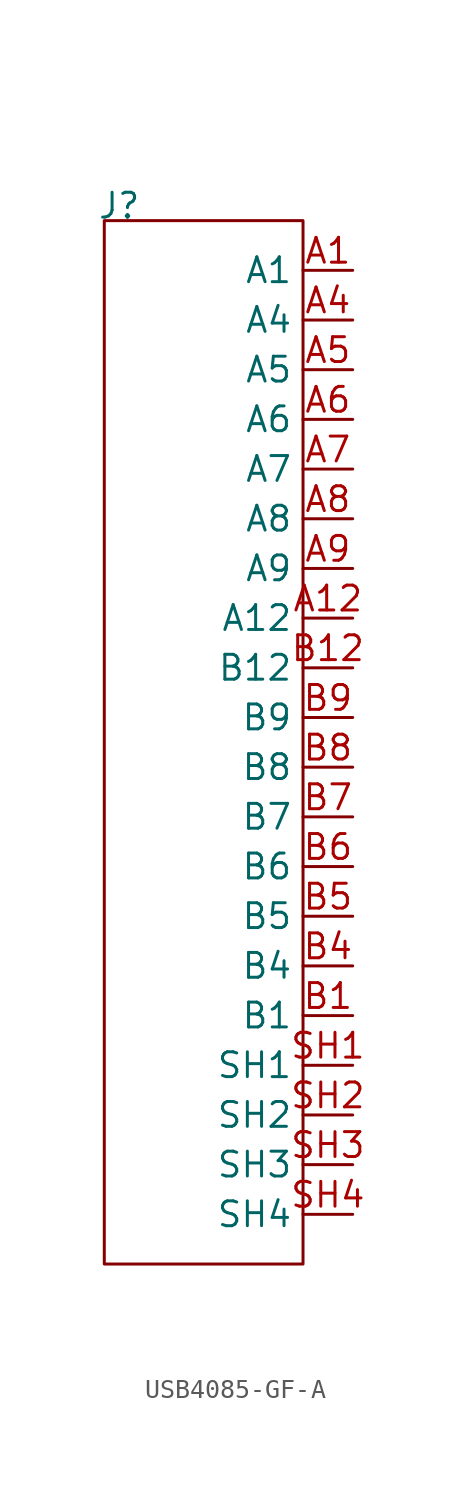
<source format=kicad_sym>
(kicad_symbol_lib
  (version 20241209)
  (generator "kicad_symbol_editor")
  (generator_version "9.0")
  (symbol "USB4085-GF-A"
    (property "Reference" "J"
      (at -9.398 27.432 0)
      (effects (font (size 1.27 1.27))))
    (property "Value" ""
      (at 0 0 0)
      (effects (font (size 1.27 1.27))))
    (symbol "USB4085-GF-A_0_1"
      (rectangle (start 0 26.67) (end -10.16 -26.67) (stroke (width 0) (type default)) (fill (type none))))
    (symbol "USB4085-GF-A_1_1"
      (pin passive line (at 2.54 24.13 180) (length 2.54) (name "A1" (effects (font (size 1.27 1.27)))) (number "A1" (effects (font (size 1.27 1.27)))))
      (pin passive line (at 2.54 21.59 180) (length 2.54) (name "A4" (effects (font (size 1.27 1.27)))) (number "A4" (effects (font (size 1.27 1.27)))))
      (pin passive line (at 2.54 19.05 180) (length 2.54) (name "A5" (effects (font (size 1.27 1.27)))) (number "A5" (effects (font (size 1.27 1.27)))))
      (pin passive line (at 2.54 16.51 180) (length 2.54) (name "A6" (effects (font (size 1.27 1.27)))) (number "A6" (effects (font (size 1.27 1.27)))))
      (pin passive line (at 2.54 13.97 180) (length 2.54) (name "A7" (effects (font (size 1.27 1.27)))) (number "A7" (effects (font (size 1.27 1.27)))))
      (pin passive line (at 2.54 11.43 180) (length 2.54) (name "A8" (effects (font (size 1.27 1.27)))) (number "A8" (effects (font (size 1.27 1.27)))))
      (pin passive line (at 2.54 8.89 180) (length 2.54) (name "A9" (effects (font (size 1.27 1.27)))) (number "A9" (effects (font (size 1.27 1.27)))))
      (pin passive line (at 2.54 6.35 180) (length 2.54) (name "A12" (effects (font (size 1.27 1.27)))) (number "A12" (effects (font (size 1.27 1.27)))))
      (pin passive line (at 2.54 3.81 180) (length 2.54) (name "B12" (effects (font (size 1.27 1.27)))) (number "B12" (effects (font (size 1.27 1.27)))))
      (pin passive line (at 2.54 1.27 180) (length 2.54) (name "B9" (effects (font (size 1.27 1.27)))) (number "B9" (effects (font (size 1.27 1.27)))))
      (pin passive line (at 2.54 -1.27 180) (length 2.54) (name "B8" (effects (font (size 1.27 1.27)))) (number "B8" (effects (font (size 1.27 1.27)))))
      (pin passive line (at 2.54 -3.81 180) (length 2.54) (name "B7" (effects (font (size 1.27 1.27)))) (number "B7" (effects (font (size 1.27 1.27)))))
      (pin passive line (at 2.54 -6.35 180) (length 2.54) (name "B6" (effects (font (size 1.27 1.27)))) (number "B6" (effects (font (size 1.27 1.27)))))
      (pin passive line (at 2.54 -8.89 180) (length 2.54) (name "B5" (effects (font (size 1.27 1.27)))) (number "B5" (effects (font (size 1.27 1.27)))))
      (pin passive line (at 2.54 -11.43 180) (length 2.54) (name "B4" (effects (font (size 1.27 1.27)))) (number "B4" (effects (font (size 1.27 1.27)))))
      (pin passive line (at 2.54 -13.97 180) (length 2.54) (name "B1" (effects (font (size 1.27 1.27)))) (number "B1" (effects (font (size 1.27 1.27)))))
      (pin passive line (at 2.54 -16.51 180) (length 2.54) (name "SH1" (effects (font (size 1.27 1.27)))) (number "SH1" (effects (font (size 1.27 1.27)))))
      (pin passive line (at 2.54 -19.05 180) (length 2.54) (name "SH2" (effects (font (size 1.27 1.27)))) (number "SH2" (effects (font (size 1.27 1.27)))))
      (pin passive line (at 2.54 -21.59 180) (length 2.54) (name "SH3" (effects (font (size 1.27 1.27)))) (number "SH3" (effects (font (size 1.27 1.27)))))
      (pin passive line (at 2.54 -24.13 180) (length 2.54) (name "SH4" (effects (font (size 1.27 1.27)))) (number "SH4" (effects (font (size 1.27 1.27))))))))
</source>
